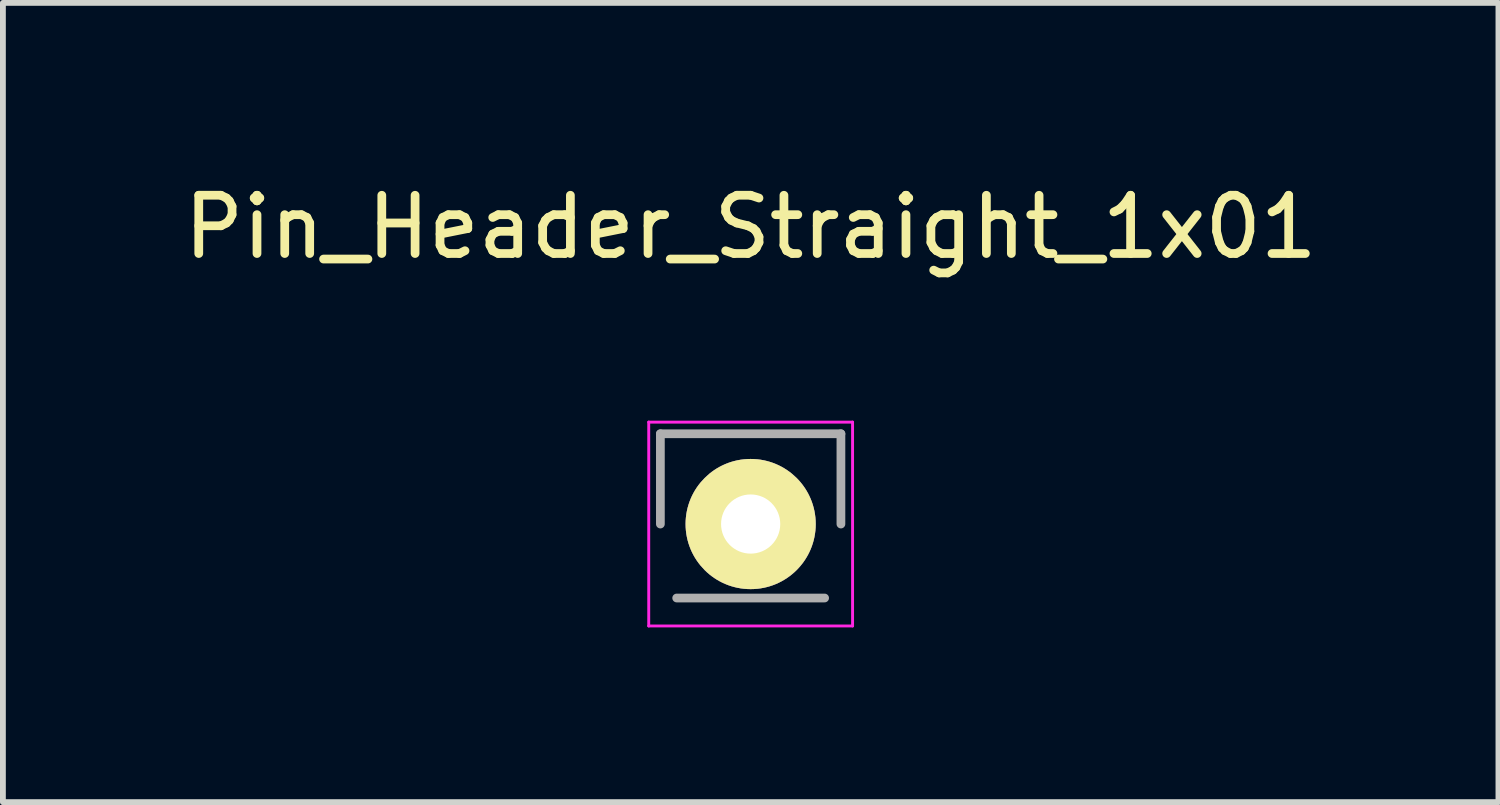
<source format=kicad_pcb>
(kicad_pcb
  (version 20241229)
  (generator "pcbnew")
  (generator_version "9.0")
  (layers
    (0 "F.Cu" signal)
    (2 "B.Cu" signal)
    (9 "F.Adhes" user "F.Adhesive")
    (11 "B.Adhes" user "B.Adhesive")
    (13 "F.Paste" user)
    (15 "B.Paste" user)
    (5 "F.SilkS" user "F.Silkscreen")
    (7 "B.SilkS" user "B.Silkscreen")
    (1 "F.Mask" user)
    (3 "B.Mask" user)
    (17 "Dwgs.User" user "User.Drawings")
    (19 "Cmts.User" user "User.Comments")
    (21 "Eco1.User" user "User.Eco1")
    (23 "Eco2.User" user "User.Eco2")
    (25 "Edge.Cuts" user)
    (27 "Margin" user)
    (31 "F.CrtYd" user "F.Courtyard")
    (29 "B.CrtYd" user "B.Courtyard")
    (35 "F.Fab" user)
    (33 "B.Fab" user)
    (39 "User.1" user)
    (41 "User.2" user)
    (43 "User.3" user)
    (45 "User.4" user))
  (footprint "Pin_Header_Straight_1x01"
    (layer "F.Cu")
    (at 9.839 5.948)
    (property "Reference" "Pin_Header_Straight_1x01" (at 0 -5.1 0) (layer "F.SilkS") (effects (font (size 1 1) (thickness 0.15))))
    (attr through_hole)
    (fp_line (start -1.75 -1.75) (end -1.75 1.75) (stroke (width 0.05) (type solid)) (layer "F.CrtYd"))
    (fp_line (start -1.75 -1.75) (end 1.75 -1.75) (stroke (width 0.05) (type solid)) (layer "F.CrtYd"))
    (fp_line (start -1.75 1.75) (end 1.75 1.75) (stroke (width 0.05) (type solid)) (layer "F.CrtYd"))
    (fp_line (start 1.75 -1.75) (end 1.75 1.75) (stroke (width 0.05) (type solid)) (layer "F.CrtYd"))
    (fp_line (start -1.55 -1.55) (end 1.55 -1.55) (stroke (width 0.15) (type solid)) (layer "F.Fab"))
    (fp_line (start -1.55 0) (end -1.55 -1.55) (stroke (width 0.15) (type solid)) (layer "F.Fab"))
    (fp_line (start -1.27 1.27) (end 1.27 1.27) (stroke (width 0.15) (type solid)) (layer "F.Fab"))
    (fp_line (start 1.55 -1.55) (end 1.55 0) (stroke (width 0.15) (type solid)) (layer "F.Fab"))
    (pad "1" thru_hole circle (at 0 0) (size 2.235 2.235) (drill 1.016) (layers "*.Cu" "*.Mask" "F.SilkS")))
  (gr_rect
    (start -3 -3)
    (end 22.679 10.723)
    (stroke (width 0.1) (type default))
    (fill no)
    (layer "Edge.Cuts")))
</source>
